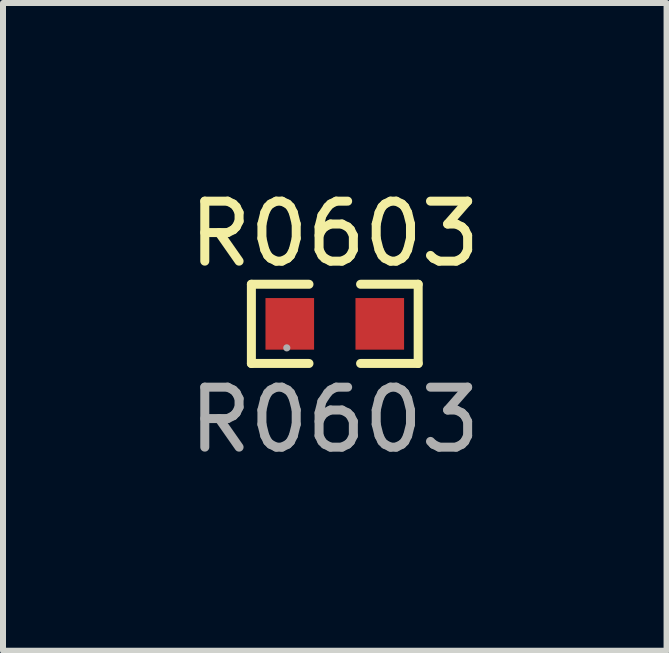
<source format=kicad_pcb>
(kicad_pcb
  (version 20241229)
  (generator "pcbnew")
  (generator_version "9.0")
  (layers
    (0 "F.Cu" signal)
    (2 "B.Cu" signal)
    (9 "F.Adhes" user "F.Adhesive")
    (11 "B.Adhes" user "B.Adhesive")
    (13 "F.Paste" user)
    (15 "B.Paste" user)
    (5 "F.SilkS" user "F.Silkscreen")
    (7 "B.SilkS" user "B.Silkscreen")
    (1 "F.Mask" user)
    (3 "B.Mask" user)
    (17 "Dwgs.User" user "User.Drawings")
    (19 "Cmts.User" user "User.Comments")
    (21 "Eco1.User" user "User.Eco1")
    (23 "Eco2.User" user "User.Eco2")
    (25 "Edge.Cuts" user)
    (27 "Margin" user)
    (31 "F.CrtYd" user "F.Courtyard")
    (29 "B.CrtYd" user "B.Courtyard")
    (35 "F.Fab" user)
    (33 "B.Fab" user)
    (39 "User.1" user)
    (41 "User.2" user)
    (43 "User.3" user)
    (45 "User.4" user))
  (footprint "R0603"
    (layer "F.Cu")
    (at 2.53 2.348)
    (property "Reference" "R0603" (at 0 -1.5 0) (layer "F.SilkS") (effects (font (size 1 1) (thickness 0.15))))
    (attr smd)
    (fp_line (start -1.39 -0.66) (end -0.43 -0.66) (stroke (width 0.15) (type solid)) (layer "F.SilkS"))
    (fp_line (start -1.39 0.66) (end -1.39 -0.66) (stroke (width 0.15) (type solid)) (layer "F.SilkS"))
    (fp_line (start -0.43 0.66) (end -1.39 0.66) (stroke (width 0.15) (type solid)) (layer "F.SilkS"))
    (fp_line (start 0.43 0.66) (end 1.39 0.66) (stroke (width 0.15) (type solid)) (layer "F.SilkS"))
    (fp_line (start 1.39 -0.66) (end 0.43 -0.66) (stroke (width 0.15) (type solid)) (layer "F.SilkS"))
    (fp_line (start 1.39 0.66) (end 1.39 -0.66) (stroke (width 0.15) (type solid)) (layer "F.SilkS"))
    (fp_circle (center -0.8 0.4) (end -0.77 0.4) (stroke (width 0.06) (type solid)) (fill no) (layer "F.Fab"))
    (fp_text user "${REFERENCE}" (at 0 1.6 0) (layer "F.Fab") (effects (font (size 1 1) (thickness 0.15))))
    (pad "1" smd rect (at -0.75 0) (size 0.81 0.86) (layers "F.Cu" "F.Mask" "F.Paste"))
    (pad "2" smd rect (at 0.75 0) (size 0.81 0.86) (layers "F.Cu" "F.Mask" "F.Paste")))
  (gr_rect
    (start -3 -3)
    (end 8.06 7.796)
    (stroke (width 0.1) (type default))
    (fill no)
    (layer "Edge.Cuts")))
</source>
